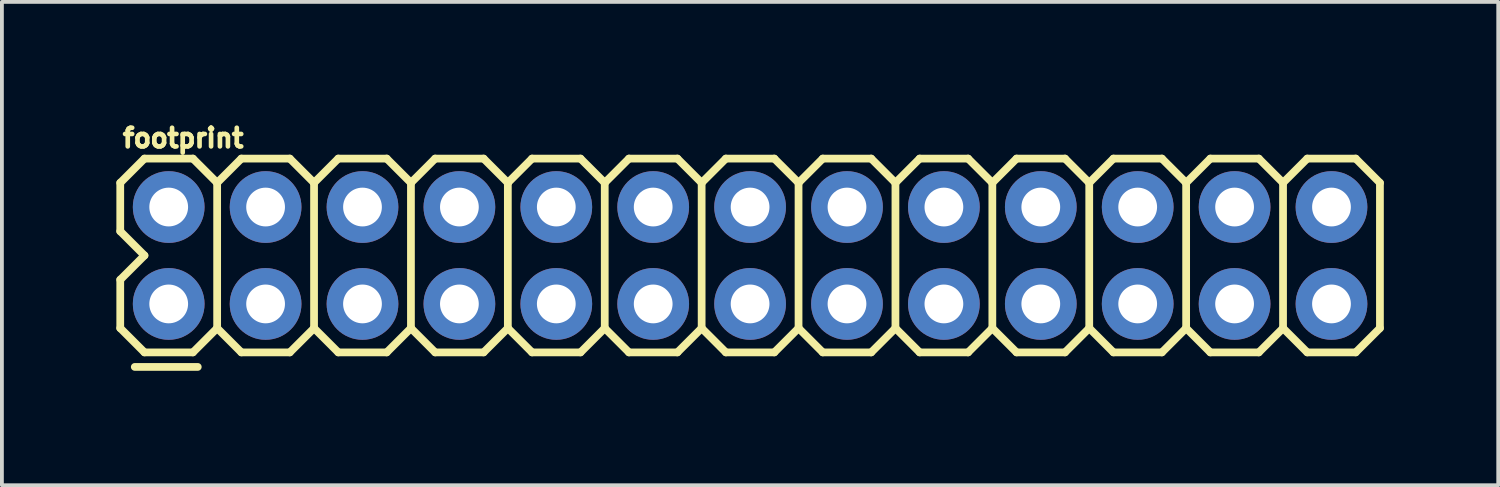
<source format=kicad_pcb>
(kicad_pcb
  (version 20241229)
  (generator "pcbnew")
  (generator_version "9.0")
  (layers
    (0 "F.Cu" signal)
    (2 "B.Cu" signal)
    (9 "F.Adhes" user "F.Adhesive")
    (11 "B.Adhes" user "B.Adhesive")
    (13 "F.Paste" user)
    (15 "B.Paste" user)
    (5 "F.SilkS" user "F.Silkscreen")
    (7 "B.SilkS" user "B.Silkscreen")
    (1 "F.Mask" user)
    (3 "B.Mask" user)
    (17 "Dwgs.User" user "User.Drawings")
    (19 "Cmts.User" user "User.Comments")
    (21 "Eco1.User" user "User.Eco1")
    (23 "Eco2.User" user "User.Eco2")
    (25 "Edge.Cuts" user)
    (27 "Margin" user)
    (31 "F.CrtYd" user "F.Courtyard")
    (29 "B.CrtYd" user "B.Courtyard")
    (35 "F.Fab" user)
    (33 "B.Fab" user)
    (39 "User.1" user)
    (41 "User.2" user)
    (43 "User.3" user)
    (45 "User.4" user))
  (footprint "footprint"
    (layer "F.Cu")
    (at 1.372 4.917)
    (property "Reference" "footprint" (at -1.27 -4.064 0) (layer "F.SilkS") (effects (font (size 0.488 0.488) (thickness 0.122)) (justify left bottom)))
    (fp_line (start -1.27 -3.175) (end -1.27 -1.905) (stroke (width 0.203) (type solid)) (layer "F.SilkS"))
    (fp_line (start -1.27 -3.175) (end -0.635 -3.81) (stroke (width 0.203) (type solid)) (layer "F.SilkS"))
    (fp_line (start -1.27 -1.905) (end -0.635 -1.27) (stroke (width 0.203) (type solid)) (layer "F.SilkS"))
    (fp_line (start -1.27 -0.635) (end -1.27 0.635) (stroke (width 0.203) (type solid)) (layer "F.SilkS"))
    (fp_line (start -1.27 0.635) (end -0.635 1.27) (stroke (width 0.203) (type solid)) (layer "F.SilkS"))
    (fp_line (start -0.889 1.651) (end 0.762 1.651) (stroke (width 0.203) (type solid)) (layer "F.SilkS"))
    (fp_line (start -0.635 -3.81) (end 0.635 -3.81) (stroke (width 0.203) (type solid)) (layer "F.SilkS"))
    (fp_line (start -0.635 -1.27) (end -1.27 -0.635) (stroke (width 0.203) (type solid)) (layer "F.SilkS"))
    (fp_line (start 0.635 -3.81) (end 1.27 -3.175) (stroke (width 0.203) (type solid)) (layer "F.SilkS"))
    (fp_line (start 0.635 1.27) (end -0.635 1.27) (stroke (width 0.203) (type solid)) (layer "F.SilkS"))
    (fp_line (start 1.27 -3.175) (end 1.27 0.635) (stroke (width 0.203) (type solid)) (layer "F.SilkS"))
    (fp_line (start 1.27 -3.175) (end 1.905 -3.81) (stroke (width 0.203) (type solid)) (layer "F.SilkS"))
    (fp_line (start 1.27 0.635) (end 0.635 1.27) (stroke (width 0.203) (type solid)) (layer "F.SilkS"))
    (fp_line (start 1.905 -3.81) (end 3.175 -3.81) (stroke (width 0.203) (type solid)) (layer "F.SilkS"))
    (fp_line (start 1.905 1.27) (end 1.27 0.635) (stroke (width 0.203) (type solid)) (layer "F.SilkS"))
    (fp_line (start 3.175 -3.81) (end 3.81 -3.175) (stroke (width 0.203) (type solid)) (layer "F.SilkS"))
    (fp_line (start 3.175 1.27) (end 1.905 1.27) (stroke (width 0.203) (type solid)) (layer "F.SilkS"))
    (fp_line (start 3.81 -3.175) (end 3.81 0.635) (stroke (width 0.203) (type solid)) (layer "F.SilkS"))
    (fp_line (start 3.81 -3.175) (end 4.445 -3.81) (stroke (width 0.203) (type solid)) (layer "F.SilkS"))
    (fp_line (start 3.81 0.635) (end 3.175 1.27) (stroke (width 0.203) (type solid)) (layer "F.SilkS"))
    (fp_line (start 4.445 -3.81) (end 5.715 -3.81) (stroke (width 0.203) (type solid)) (layer "F.SilkS"))
    (fp_line (start 4.445 1.27) (end 3.81 0.635) (stroke (width 0.203) (type solid)) (layer "F.SilkS"))
    (fp_line (start 5.715 -3.81) (end 6.35 -3.175) (stroke (width 0.203) (type solid)) (layer "F.SilkS"))
    (fp_line (start 5.715 1.27) (end 4.445 1.27) (stroke (width 0.203) (type solid)) (layer "F.SilkS"))
    (fp_line (start 6.35 -3.175) (end 6.35 0.635) (stroke (width 0.203) (type solid)) (layer "F.SilkS"))
    (fp_line (start 6.35 0.635) (end 5.715 1.27) (stroke (width 0.203) (type solid)) (layer "F.SilkS"))
    (fp_line (start 6.35 0.635) (end 6.985 1.27) (stroke (width 0.203) (type solid)) (layer "F.SilkS"))
    (fp_line (start 6.985 -3.81) (end 6.35 -3.175) (stroke (width 0.203) (type solid)) (layer "F.SilkS"))
    (fp_line (start 6.985 -3.81) (end 8.255 -3.81) (stroke (width 0.203) (type solid)) (layer "F.SilkS"))
    (fp_line (start 8.255 -3.81) (end 8.89 -3.175) (stroke (width 0.203) (type solid)) (layer "F.SilkS"))
    (fp_line (start 8.255 1.27) (end 6.985 1.27) (stroke (width 0.203) (type solid)) (layer "F.SilkS"))
    (fp_line (start 8.89 -3.175) (end 8.89 0.635) (stroke (width 0.203) (type solid)) (layer "F.SilkS"))
    (fp_line (start 8.89 -3.175) (end 9.525 -3.81) (stroke (width 0.203) (type solid)) (layer "F.SilkS"))
    (fp_line (start 8.89 0.635) (end 8.255 1.27) (stroke (width 0.203) (type solid)) (layer "F.SilkS"))
    (fp_line (start 9.525 -3.81) (end 10.795 -3.81) (stroke (width 0.203) (type solid)) (layer "F.SilkS"))
    (fp_line (start 9.525 1.27) (end 8.89 0.635) (stroke (width 0.203) (type solid)) (layer "F.SilkS"))
    (fp_line (start 10.795 -3.81) (end 11.43 -3.175) (stroke (width 0.203) (type solid)) (layer "F.SilkS"))
    (fp_line (start 10.795 1.27) (end 9.525 1.27) (stroke (width 0.203) (type solid)) (layer "F.SilkS"))
    (fp_line (start 11.43 -3.175) (end 11.43 0.635) (stroke (width 0.203) (type solid)) (layer "F.SilkS"))
    (fp_line (start 11.43 -3.175) (end 12.065 -3.81) (stroke (width 0.203) (type solid)) (layer "F.SilkS"))
    (fp_line (start 11.43 0.635) (end 10.795 1.27) (stroke (width 0.203) (type solid)) (layer "F.SilkS"))
    (fp_line (start 12.065 -3.81) (end 13.335 -3.81) (stroke (width 0.203) (type solid)) (layer "F.SilkS"))
    (fp_line (start 12.065 1.27) (end 11.43 0.635) (stroke (width 0.203) (type solid)) (layer "F.SilkS"))
    (fp_line (start 13.335 -3.81) (end 13.97 -3.175) (stroke (width 0.203) (type solid)) (layer "F.SilkS"))
    (fp_line (start 13.335 1.27) (end 12.065 1.27) (stroke (width 0.203) (type solid)) (layer "F.SilkS"))
    (fp_line (start 13.97 -3.175) (end 13.97 0.635) (stroke (width 0.203) (type solid)) (layer "F.SilkS"))
    (fp_line (start 13.97 0.635) (end 13.335 1.27) (stroke (width 0.203) (type solid)) (layer "F.SilkS"))
    (fp_line (start 13.97 0.635) (end 14.605 1.27) (stroke (width 0.203) (type solid)) (layer "F.SilkS"))
    (fp_line (start 14.605 -3.81) (end 13.97 -3.175) (stroke (width 0.203) (type solid)) (layer "F.SilkS"))
    (fp_line (start 14.605 -3.81) (end 15.875 -3.81) (stroke (width 0.203) (type solid)) (layer "F.SilkS"))
    (fp_line (start 15.875 -3.81) (end 16.51 -3.175) (stroke (width 0.203) (type solid)) (layer "F.SilkS"))
    (fp_line (start 15.875 1.27) (end 14.605 1.27) (stroke (width 0.203) (type solid)) (layer "F.SilkS"))
    (fp_line (start 16.51 -3.175) (end 16.51 0.635) (stroke (width 0.203) (type solid)) (layer "F.SilkS"))
    (fp_line (start 16.51 0.635) (end 15.875 1.27) (stroke (width 0.203) (type solid)) (layer "F.SilkS"))
    (fp_line (start 16.51 0.635) (end 17.145 1.27) (stroke (width 0.203) (type solid)) (layer "F.SilkS"))
    (fp_line (start 17.145 -3.81) (end 16.51 -3.175) (stroke (width 0.203) (type solid)) (layer "F.SilkS"))
    (fp_line (start 17.145 -3.81) (end 18.415 -3.81) (stroke (width 0.203) (type solid)) (layer "F.SilkS"))
    (fp_line (start 18.415 -3.81) (end 19.05 -3.175) (stroke (width 0.203) (type solid)) (layer "F.SilkS"))
    (fp_line (start 18.415 1.27) (end 17.145 1.27) (stroke (width 0.203) (type solid)) (layer "F.SilkS"))
    (fp_line (start 19.05 -3.175) (end 19.05 0.635) (stroke (width 0.203) (type solid)) (layer "F.SilkS"))
    (fp_line (start 19.05 -3.175) (end 19.685 -3.81) (stroke (width 0.203) (type solid)) (layer "F.SilkS"))
    (fp_line (start 19.05 0.635) (end 18.415 1.27) (stroke (width 0.203) (type solid)) (layer "F.SilkS"))
    (fp_line (start 19.685 -3.81) (end 20.955 -3.81) (stroke (width 0.203) (type solid)) (layer "F.SilkS"))
    (fp_line (start 19.685 1.27) (end 19.05 0.635) (stroke (width 0.203) (type solid)) (layer "F.SilkS"))
    (fp_line (start 20.955 -3.81) (end 21.59 -3.175) (stroke (width 0.203) (type solid)) (layer "F.SilkS"))
    (fp_line (start 20.955 1.27) (end 19.685 1.27) (stroke (width 0.203) (type solid)) (layer "F.SilkS"))
    (fp_line (start 21.59 -3.175) (end 21.59 0.635) (stroke (width 0.203) (type solid)) (layer "F.SilkS"))
    (fp_line (start 21.59 -3.175) (end 22.225 -3.81) (stroke (width 0.203) (type solid)) (layer "F.SilkS"))
    (fp_line (start 21.59 0.635) (end 20.955 1.27) (stroke (width 0.203) (type solid)) (layer "F.SilkS"))
    (fp_line (start 22.225 -3.81) (end 23.495 -3.81) (stroke (width 0.203) (type solid)) (layer "F.SilkS"))
    (fp_line (start 22.225 1.27) (end 21.59 0.635) (stroke (width 0.203) (type solid)) (layer "F.SilkS"))
    (fp_line (start 23.495 -3.81) (end 24.13 -3.175) (stroke (width 0.203) (type solid)) (layer "F.SilkS"))
    (fp_line (start 23.495 1.27) (end 22.225 1.27) (stroke (width 0.203) (type solid)) (layer "F.SilkS"))
    (fp_line (start 24.13 -3.175) (end 24.13 0.635) (stroke (width 0.203) (type solid)) (layer "F.SilkS"))
    (fp_line (start 24.13 0.635) (end 23.495 1.27) (stroke (width 0.203) (type solid)) (layer "F.SilkS"))
    (fp_line (start 24.13 0.635) (end 24.765 1.27) (stroke (width 0.203) (type solid)) (layer "F.SilkS"))
    (fp_line (start 24.765 -3.81) (end 24.13 -3.175) (stroke (width 0.203) (type solid)) (layer "F.SilkS"))
    (fp_line (start 24.765 -3.81) (end 26.035 -3.81) (stroke (width 0.203) (type solid)) (layer "F.SilkS"))
    (fp_line (start 26.035 -3.81) (end 26.67 -3.175) (stroke (width 0.203) (type solid)) (layer "F.SilkS"))
    (fp_line (start 26.035 1.27) (end 24.765 1.27) (stroke (width 0.203) (type solid)) (layer "F.SilkS"))
    (fp_line (start 26.67 -3.175) (end 26.67 0.635) (stroke (width 0.203) (type solid)) (layer "F.SilkS"))
    (fp_line (start 26.67 -3.175) (end 27.305 -3.81) (stroke (width 0.203) (type solid)) (layer "F.SilkS"))
    (fp_line (start 26.67 0.635) (end 26.035 1.27) (stroke (width 0.203) (type solid)) (layer "F.SilkS"))
    (fp_line (start 27.305 -3.81) (end 28.575 -3.81) (stroke (width 0.203) (type solid)) (layer "F.SilkS"))
    (fp_line (start 27.305 1.27) (end 26.67 0.635) (stroke (width 0.203) (type solid)) (layer "F.SilkS"))
    (fp_line (start 28.575 -3.81) (end 29.21 -3.175) (stroke (width 0.203) (type solid)) (layer "F.SilkS"))
    (fp_line (start 28.575 1.27) (end 27.305 1.27) (stroke (width 0.203) (type solid)) (layer "F.SilkS"))
    (fp_line (start 29.21 -3.175) (end 29.21 0.635) (stroke (width 0.203) (type solid)) (layer "F.SilkS"))
    (fp_line (start 29.21 -3.175) (end 29.845 -3.81) (stroke (width 0.203) (type solid)) (layer "F.SilkS"))
    (fp_line (start 29.21 0.635) (end 28.575 1.27) (stroke (width 0.203) (type solid)) (layer "F.SilkS"))
    (fp_line (start 29.845 -3.81) (end 31.115 -3.81) (stroke (width 0.203) (type solid)) (layer "F.SilkS"))
    (fp_line (start 29.845 1.27) (end 29.21 0.635) (stroke (width 0.203) (type solid)) (layer "F.SilkS"))
    (fp_line (start 31.115 -3.81) (end 31.75 -3.175) (stroke (width 0.203) (type solid)) (layer "F.SilkS"))
    (fp_line (start 31.115 1.27) (end 29.845 1.27) (stroke (width 0.203) (type solid)) (layer "F.SilkS"))
    (fp_line (start 31.75 -3.175) (end 31.75 0.635) (stroke (width 0.203) (type solid)) (layer "F.SilkS"))
    (fp_line (start 31.75 0.635) (end 31.115 1.27) (stroke (width 0.203) (type solid)) (layer "F.SilkS"))
    (fp_poly (pts (xy -0.254 0.254) (xy 0.254 0.254) (xy 0.254 -0.254) (xy -0.254 -0.254)) (stroke (width 0.1) (type solid)) (fill no) (layer "F.Fab"))
    (fp_poly (pts (xy 0.254 -2.794) (xy -0.254 -2.794) (xy -0.254 -2.286) (xy 0.254 -2.286)) (stroke (width 0.1) (type solid)) (fill no) (layer "F.Fab"))
    (fp_poly (pts (xy 2.286 0.254) (xy 2.794 0.254) (xy 2.794 -0.254) (xy 2.286 -0.254)) (stroke (width 0.1) (type solid)) (fill no) (layer "F.Fab"))
    (fp_poly (pts (xy 2.794 -2.794) (xy 2.286 -2.794) (xy 2.286 -2.286) (xy 2.794 -2.286)) (stroke (width 0.1) (type solid)) (fill no) (layer "F.Fab"))
    (fp_poly (pts (xy 4.826 0.254) (xy 5.334 0.254) (xy 5.334 -0.254) (xy 4.826 -0.254)) (stroke (width 0.1) (type solid)) (fill no) (layer "F.Fab"))
    (fp_poly (pts (xy 5.334 -2.794) (xy 4.826 -2.794) (xy 4.826 -2.286) (xy 5.334 -2.286)) (stroke (width 0.1) (type solid)) (fill no) (layer "F.Fab"))
    (fp_poly (pts (xy 7.366 0.254) (xy 7.874 0.254) (xy 7.874 -0.254) (xy 7.366 -0.254)) (stroke (width 0.1) (type solid)) (fill no) (layer "F.Fab"))
    (fp_poly (pts (xy 7.874 -2.794) (xy 7.366 -2.794) (xy 7.366 -2.286) (xy 7.874 -2.286)) (stroke (width 0.1) (type solid)) (fill no) (layer "F.Fab"))
    (fp_poly (pts (xy 9.906 0.254) (xy 10.414 0.254) (xy 10.414 -0.254) (xy 9.906 -0.254)) (stroke (width 0.1) (type solid)) (fill no) (layer "F.Fab"))
    (fp_poly (pts (xy 10.414 -2.794) (xy 9.906 -2.794) (xy 9.906 -2.286) (xy 10.414 -2.286)) (stroke (width 0.1) (type solid)) (fill no) (layer "F.Fab"))
    (fp_poly (pts (xy 12.446 0.254) (xy 12.954 0.254) (xy 12.954 -0.254) (xy 12.446 -0.254)) (stroke (width 0.1) (type solid)) (fill no) (layer "F.Fab"))
    (fp_poly (pts (xy 12.954 -2.794) (xy 12.446 -2.794) (xy 12.446 -2.286) (xy 12.954 -2.286)) (stroke (width 0.1) (type solid)) (fill no) (layer "F.Fab"))
    (fp_poly (pts (xy 14.986 0.254) (xy 15.494 0.254) (xy 15.494 -0.254) (xy 14.986 -0.254)) (stroke (width 0.1) (type solid)) (fill no) (layer "F.Fab"))
    (fp_poly (pts (xy 15.494 -2.794) (xy 14.986 -2.794) (xy 14.986 -2.286) (xy 15.494 -2.286)) (stroke (width 0.1) (type solid)) (fill no) (layer "F.Fab"))
    (fp_poly (pts (xy 17.526 0.254) (xy 18.034 0.254) (xy 18.034 -0.254) (xy 17.526 -0.254)) (stroke (width 0.1) (type solid)) (fill no) (layer "F.Fab"))
    (fp_poly (pts (xy 18.034 -2.794) (xy 17.526 -2.794) (xy 17.526 -2.286) (xy 18.034 -2.286)) (stroke (width 0.1) (type solid)) (fill no) (layer "F.Fab"))
    (fp_poly (pts (xy 20.066 0.254) (xy 20.574 0.254) (xy 20.574 -0.254) (xy 20.066 -0.254)) (stroke (width 0.1) (type solid)) (fill no) (layer "F.Fab"))
    (fp_poly (pts (xy 20.574 -2.794) (xy 20.066 -2.794) (xy 20.066 -2.286) (xy 20.574 -2.286)) (stroke (width 0.1) (type solid)) (fill no) (layer "F.Fab"))
    (fp_poly (pts (xy 22.606 0.254) (xy 23.114 0.254) (xy 23.114 -0.254) (xy 22.606 -0.254)) (stroke (width 0.1) (type solid)) (fill no) (layer "F.Fab"))
    (fp_poly (pts (xy 23.114 -2.794) (xy 22.606 -2.794) (xy 22.606 -2.286) (xy 23.114 -2.286)) (stroke (width 0.1) (type solid)) (fill no) (layer "F.Fab"))
    (fp_poly (pts (xy 25.146 0.254) (xy 25.654 0.254) (xy 25.654 -0.254) (xy 25.146 -0.254)) (stroke (width 0.1) (type solid)) (fill no) (layer "F.Fab"))
    (fp_poly (pts (xy 25.654 -2.794) (xy 25.146 -2.794) (xy 25.146 -2.286) (xy 25.654 -2.286)) (stroke (width 0.1) (type solid)) (fill no) (layer "F.Fab"))
    (fp_poly (pts (xy 27.686 0.254) (xy 28.194 0.254) (xy 28.194 -0.254) (xy 27.686 -0.254)) (stroke (width 0.1) (type solid)) (fill no) (layer "F.Fab"))
    (fp_poly (pts (xy 28.194 -2.794) (xy 27.686 -2.794) (xy 27.686 -2.286) (xy 28.194 -2.286)) (stroke (width 0.1) (type solid)) (fill no) (layer "F.Fab"))
    (fp_poly (pts (xy 30.226 0.254) (xy 30.734 0.254) (xy 30.734 -0.254) (xy 30.226 -0.254)) (stroke (width 0.1) (type solid)) (fill no) (layer "F.Fab"))
    (fp_poly (pts (xy 30.734 -2.794) (xy 30.226 -2.794) (xy 30.226 -2.286) (xy 30.734 -2.286)) (stroke (width 0.1) (type solid)) (fill no) (layer "F.Fab"))
    (pad "1" thru_hole circle (at 0 0 90) (size 1.88 1.88) (drill 1.016) (layers "*.Cu" "*.Mask"))
    (pad "2" thru_hole circle (at 0 -2.54 270) (size 1.88 1.88) (drill 1.016) (layers "*.Cu" "*.Mask"))
    (pad "3" thru_hole circle (at 2.54 0 90) (size 1.88 1.88) (drill 1.016) (layers "*.Cu" "*.Mask"))
    (pad "4" thru_hole circle (at 2.54 -2.54 270) (size 1.88 1.88) (drill 1.016) (layers "*.Cu" "*.Mask"))
    (pad "5" thru_hole circle (at 5.08 0 90) (size 1.88 1.88) (drill 1.016) (layers "*.Cu" "*.Mask"))
    (pad "6" thru_hole circle (at 5.08 -2.54 270) (size 1.88 1.88) (drill 1.016) (layers "*.Cu" "*.Mask"))
    (pad "7" thru_hole circle (at 7.62 0 90) (size 1.88 1.88) (drill 1.016) (layers "*.Cu" "*.Mask"))
    (pad "8" thru_hole circle (at 7.62 -2.54 270) (size 1.88 1.88) (drill 1.016) (layers "*.Cu" "*.Mask"))
    (pad "9" thru_hole circle (at 10.16 0 90) (size 1.88 1.88) (drill 1.016) (layers "*.Cu" "*.Mask"))
    (pad "10" thru_hole circle (at 10.16 -2.54 270) (size 1.88 1.88) (drill 1.016) (layers "*.Cu" "*.Mask"))
    (pad "11" thru_hole circle (at 12.7 0 90) (size 1.88 1.88) (drill 1.016) (layers "*.Cu" "*.Mask"))
    (pad "12" thru_hole circle (at 12.7 -2.54 270) (size 1.88 1.88) (drill 1.016) (layers "*.Cu" "*.Mask"))
    (pad "13" thru_hole circle (at 15.24 0 90) (size 1.88 1.88) (drill 1.016) (layers "*.Cu" "*.Mask"))
    (pad "14" thru_hole circle (at 15.24 -2.54 270) (size 1.88 1.88) (drill 1.016) (layers "*.Cu" "*.Mask"))
    (pad "15" thru_hole circle (at 17.78 0 90) (size 1.88 1.88) (drill 1.016) (layers "*.Cu" "*.Mask"))
    (pad "16" thru_hole circle (at 17.78 -2.54 270) (size 1.88 1.88) (drill 1.016) (layers "*.Cu" "*.Mask"))
    (pad "17" thru_hole circle (at 20.32 0 90) (size 1.88 1.88) (drill 1.016) (layers "*.Cu" "*.Mask"))
    (pad "18" thru_hole circle (at 20.32 -2.54 270) (size 1.88 1.88) (drill 1.016) (layers "*.Cu" "*.Mask"))
    (pad "19" thru_hole circle (at 22.86 0 90) (size 1.88 1.88) (drill 1.016) (layers "*.Cu" "*.Mask"))
    (pad "20" thru_hole circle (at 22.86 -2.54 270) (size 1.88 1.88) (drill 1.016) (layers "*.Cu" "*.Mask"))
    (pad "21" thru_hole circle (at 25.4 0 90) (size 1.88 1.88) (drill 1.016) (layers "*.Cu" "*.Mask"))
    (pad "22" thru_hole circle (at 25.4 -2.54 270) (size 1.88 1.88) (drill 1.016) (layers "*.Cu" "*.Mask"))
    (pad "23" thru_hole circle (at 27.94 0 90) (size 1.88 1.88) (drill 1.016) (layers "*.Cu" "*.Mask"))
    (pad "24" thru_hole circle (at 27.94 -2.54 270) (size 1.88 1.88) (drill 1.016) (layers "*.Cu" "*.Mask"))
    (pad "25" thru_hole circle (at 30.48 0 90) (size 1.88 1.88) (drill 1.016) (layers "*.Cu" "*.Mask"))
    (pad "26" thru_hole circle (at 30.48 -2.54 270) (size 1.88 1.88) (drill 1.016) (layers "*.Cu" "*.Mask")))
  (gr_rect
    (start -3 -3)
    (end 36.223 9.67)
    (stroke (width 0.1) (type default))
    (fill no)
    (layer "Edge.Cuts")))
</source>
